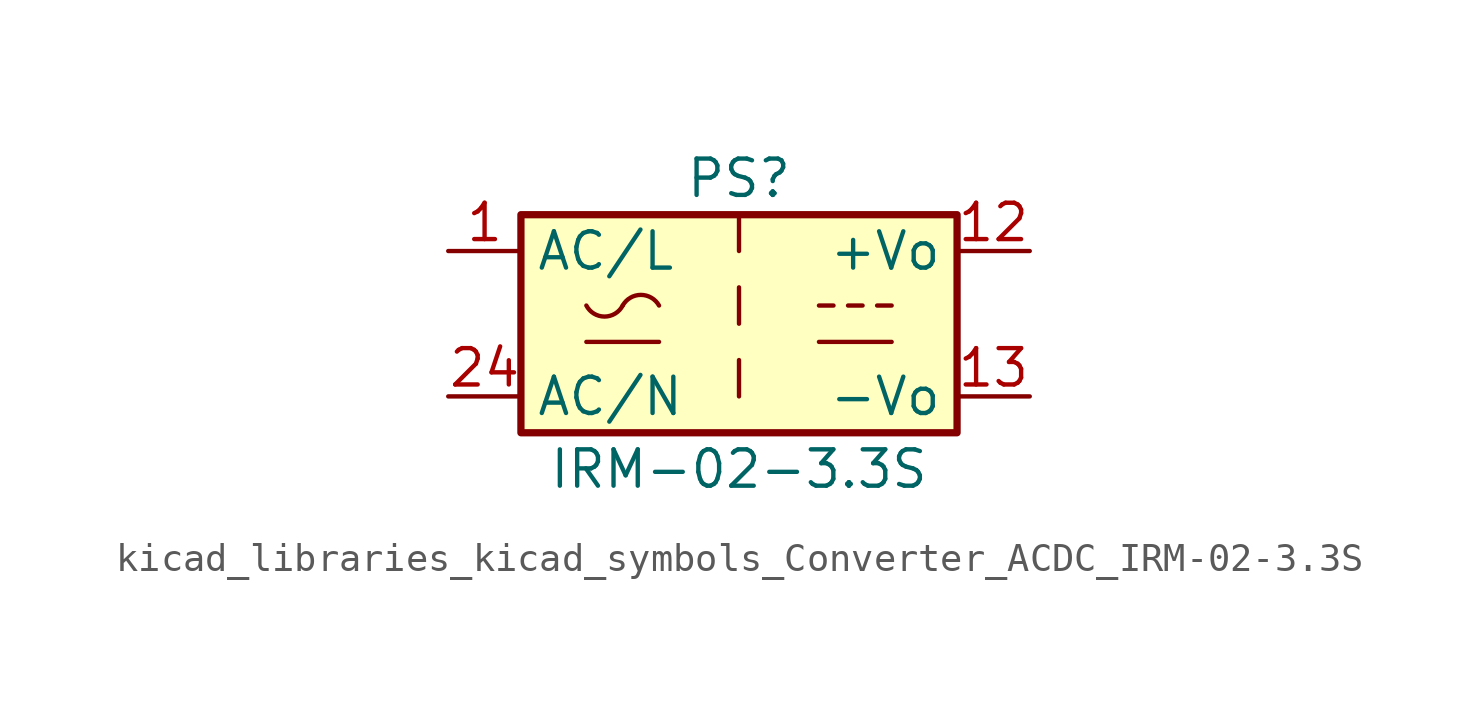
<source format=kicad_sym>
(kicad_symbol_lib
  (version 20220914)
  (generator kicad_symbol_editor)
  (symbol "kicad_libraries_kicad_symbols_Converter_ACDC_IRM-02-3.3S"
    (property "Reference" "PS"
      (at 0 5.08 0)
      (effects (font (size 1.27 1.27))))
    (property "Value" "IRM-02-3.3S"
      (at 0 -5.08 0)
      (effects (font (size 1.27 1.27))))
    (symbol "kicad_libraries_kicad_symbols_Converter_ACDC_IRM-02-3.3S_1_1"
      (rectangle (start -7.62 3.81) (end 7.62 -3.81) (stroke (width 0.254) (type default)) (fill (type background)))
      (arc (start -5.334 0.635) (mid -4.699 0.2495) (end -4.064 0.635) (stroke (width 0) (type default)) (fill (type none)))
      (arc (start -2.794 0.635) (mid -3.429 1.0072) (end -4.064 0.635) (stroke (width 0) (type default)) (fill (type none)))
      (polyline (pts (xy -5.334 -0.635) (xy -2.794 -0.635)) (stroke (width 0) (type default)) (fill (type none)))
      (polyline (pts (xy 0 -1.27) (xy 0 -2.54)) (stroke (width 0) (type default)) (fill (type none)))
      (polyline (pts (xy 0 1.27) (xy 0 0)) (stroke (width 0) (type default)) (fill (type none)))
      (polyline (pts (xy 0 3.81) (xy 0 2.54)) (stroke (width 0) (type default)) (fill (type none)))
      (polyline (pts (xy 2.794 -0.635) (xy 5.334 -0.635)) (stroke (width 0) (type default)) (fill (type none)))
      (polyline (pts (xy 2.794 0.635) (xy 3.302 0.635)) (stroke (width 0) (type default)) (fill (type none)))
      (polyline (pts (xy 3.81 0.635) (xy 4.318 0.635)) (stroke (width 0) (type default)) (fill (type none)))
      (polyline (pts (xy 4.826 0.635) (xy 5.334 0.635)) (stroke (width 0) (type default)) (fill (type none)))
      (pin power_in line (at -10.16 2.54 0) (length 2.54) (name "AC/L" (effects (font (size 1.27 1.27)))) (number "1" (effects (font (size 1.27 1.27)))))
      (pin power_out line (at 10.16 2.54 180) (length 2.54) (name "+Vo" (effects (font (size 1.27 1.27)))) (number "12" (effects (font (size 1.27 1.27)))))
      (pin power_out line (at 10.16 -2.54 180) (length 2.54) (name "-Vo" (effects (font (size 1.27 1.27)))) (number "13" (effects (font (size 1.27 1.27)))))
      (pin power_in line (at -10.16 -2.54 0) (length 2.54) (name "AC/N" (effects (font (size 1.27 1.27)))) (number "24" (effects (font (size 1.27 1.27))))))))
</source>
